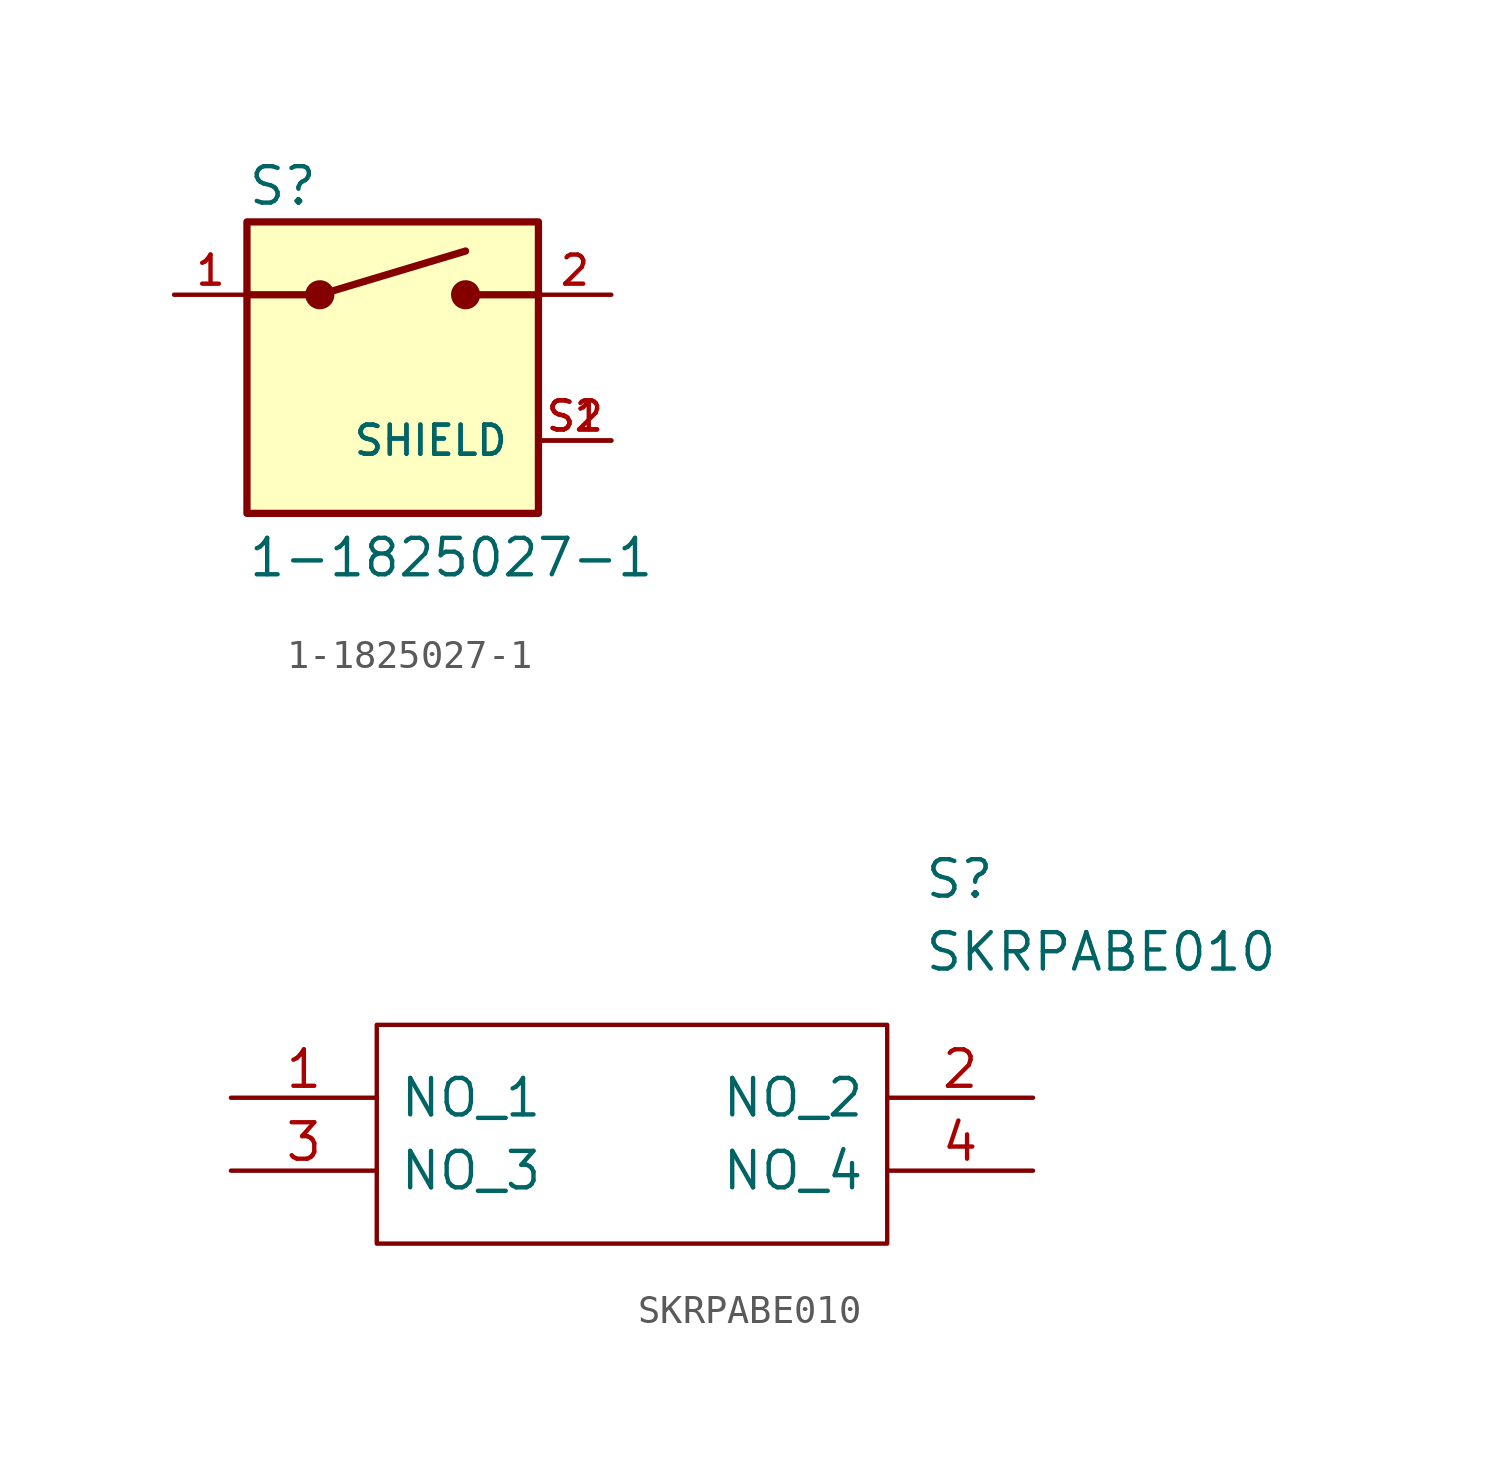
<source format=kicad_sym>
(kicad_symbol_lib
  (version 20211014)
  (generator kicad_symbol_editor)
  (symbol "1-1825027-1"
    (pin_names
      (offset 1.016))
    (property "Reference" "S"
      (at -5.08 5.588 0)
      (effects (font (size 1.27 1.27)) (justify left bottom)))
    (property "Value" "1-1825027-1"
      (at -5.08 -7.366 0)
      (effects (font (size 1.27 1.27)) (justify left bottom)))
    (property "ki_locked" ""
      (at 0 0 0)
      (effects (font (size 1.27 1.27))))
    (symbol "1-1825027-1_0_0"
      (rectangle (start -5.08 -5.08) (end 5.08 5.08) (stroke (width 0.254) (type default) (color 0 0 0 0)) (fill (type background)))
      (circle (center -2.54 2.54) (radius 0.254) (stroke (width 0.508) (type default) (color 0 0 0 0)) (fill (type none)))
      (polyline (pts (xy -5.08 2.54) (xy -2.54 2.54)) (stroke (width 0.254) (type default) (color 0 0 0 0)) (fill (type none)))
      (polyline (pts (xy -2.54 2.54) (xy 2.54 4.064)) (stroke (width 0.254) (type default) (color 0 0 0 0)) (fill (type none)))
      (polyline (pts (xy 2.54 2.54) (xy 5.08 2.54)) (stroke (width 0.254) (type default) (color 0 0 0 0)) (fill (type none)))
      (circle (center 2.54 2.54) (radius 0.254) (stroke (width 0.508) (type default) (color 0 0 0 0)) (fill (type none)))
      (pin passive line (at -7.62 2.54 0) (length 2.54) (name "~" (effects (font (size 1.016 1.016)))) (number "1" (effects (font (size 1.016 1.016)))))
      (pin passive line (at 7.62 2.54 180) (length 2.54) (name "~" (effects (font (size 1.016 1.016)))) (number "2" (effects (font (size 1.016 1.016)))))
      (pin power_in line (at 7.62 -2.54 180) (length 2.54) (name "SHIELD" (effects (font (size 1.016 1.016)))) (number "S1" (effects (font (size 1.016 1.016)))))
      (pin power_in line (at 7.62 -2.54 180) (length 2.54) (name "SHIELD" (effects (font (size 1.016 1.016)))) (number "S2" (effects (font (size 1.016 1.016)))))))
  (symbol "SKRPABE010"
    (pin_names
      (offset 0.762))
    (property "Reference" "S"
      (at 24.13 7.62 0)
      (effects (font (size 1.27 1.27)) (justify left)))
    (property "Value" "SKRPABE010"
      (at 24.13 5.08 0)
      (effects (font (size 1.27 1.27)) (justify left)))
    (symbol "SKRPABE010_0_0"
      (pin passive line (at 0 0 0) (length 5.08) (name "NO_1" (effects (font (size 1.27 1.27)))) (number "1" (effects (font (size 1.27 1.27)))))
      (pin passive line (at 27.94 0 180) (length 5.08) (name "NO_2" (effects (font (size 1.27 1.27)))) (number "2" (effects (font (size 1.27 1.27)))))
      (pin passive line (at 0 -2.54 0) (length 5.08) (name "NO_3" (effects (font (size 1.27 1.27)))) (number "3" (effects (font (size 1.27 1.27)))))
      (pin passive line (at 27.94 -2.54 180) (length 5.08) (name "NO_4" (effects (font (size 1.27 1.27)))) (number "4" (effects (font (size 1.27 1.27))))))
    (symbol "SKRPABE010_0_1"
      (polyline (pts (xy 5.08 2.54) (xy 22.86 2.54) (xy 22.86 -5.08) (xy 5.08 -5.08) (xy 5.08 2.54)) (stroke (width 0.152) (type default) (color 0 0 0 0)) (fill (type none))))))
</source>
